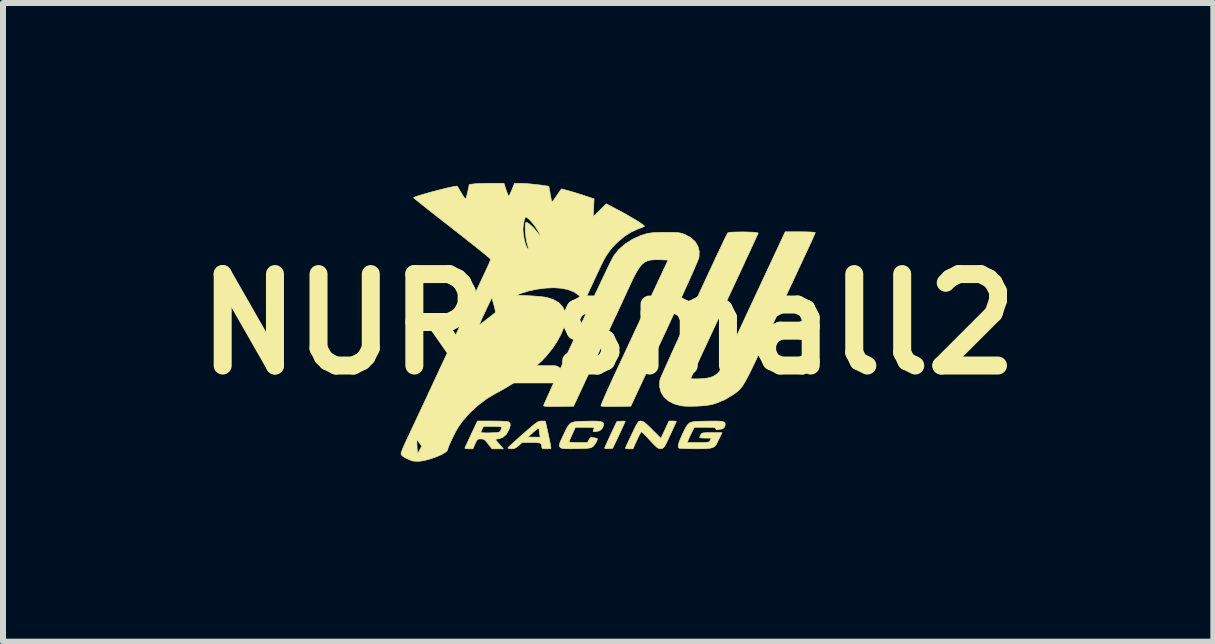
<source format=kicad_pcb>
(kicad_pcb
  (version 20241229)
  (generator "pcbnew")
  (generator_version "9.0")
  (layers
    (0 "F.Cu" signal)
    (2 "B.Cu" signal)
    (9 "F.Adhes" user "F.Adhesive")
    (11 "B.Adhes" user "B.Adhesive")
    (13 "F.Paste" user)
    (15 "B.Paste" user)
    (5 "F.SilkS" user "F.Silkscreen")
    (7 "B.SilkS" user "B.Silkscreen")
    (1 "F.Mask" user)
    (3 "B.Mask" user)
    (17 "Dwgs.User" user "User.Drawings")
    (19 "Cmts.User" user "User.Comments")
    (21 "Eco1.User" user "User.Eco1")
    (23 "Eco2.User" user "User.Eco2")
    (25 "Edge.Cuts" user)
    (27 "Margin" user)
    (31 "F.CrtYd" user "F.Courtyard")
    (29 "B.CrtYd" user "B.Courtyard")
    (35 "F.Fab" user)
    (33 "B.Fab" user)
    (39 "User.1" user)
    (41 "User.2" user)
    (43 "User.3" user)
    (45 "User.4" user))
  (footprint "NUR_small2"
    (layer "F.Cu")
    (at 7.083 2.351)
    (property "Reference" "NUR_small2" (at 0 0 0) (layer "F.SilkS") (effects (font (size 1.524 1.524) (thickness 0.3))))
    (attr through_hole)
    (fp_poly (pts (xy 0.28 1.617) (xy 0.284 1.619) (xy 0.278 1.634) (xy 0.261 1.672) (xy 0.236 1.727) (xy 0.204 1.796) (xy 0.18 1.848) (xy 0.075 2.069) (xy 0.008 2.074) (xy -0.032 2.074) (xy -0.056 2.07) (xy -0.059 2.066) (xy -0.053 2.049) (xy -0.036 2.01) (xy -0.01 1.954) (xy 0.021 1.885) (xy 0.043 1.838) (xy 0.145 1.621) (xy 0.214 1.617) (xy 0.255 1.615) (xy 0.28 1.617)) (stroke (width 0.01) (type solid)) (fill yes) (layer "F.SilkS"))
    (fp_poly (pts (xy 1.113 1.615) (xy 1.134 1.619) (xy 1.136 1.62) (xy 1.13 1.635) (xy 1.113 1.673) (xy 1.088 1.728) (xy 1.056 1.796) (xy 1.032 1.848) (xy 0.994 1.93) (xy 0.965 1.989) (xy 0.943 2.029) (xy 0.926 2.053) (xy 0.911 2.066) (xy 0.895 2.072) (xy 0.879 2.074) (xy 0.857 2.074) (xy 0.836 2.068) (xy 0.812 2.052) (xy 0.78 2.023) (xy 0.736 1.977) (xy 0.697 1.936) (xy 0.647 1.882) (xy 0.604 1.838) (xy 0.572 1.807) (xy 0.555 1.793) (xy 0.554 1.793) (xy 0.543 1.806) (xy 0.523 1.84) (xy 0.498 1.891) (xy 0.477 1.935) (xy 0.413 2.077) (xy 0.347 2.077) (xy 0.309 2.074) (xy 0.288 2.068) (xy 0.286 2.064) (xy 0.294 2.047) (xy 0.312 2.007) (xy 0.339 1.95) (xy 0.372 1.881) (xy 0.395 1.832) (xy 0.433 1.751) (xy 0.462 1.693) (xy 0.484 1.654) (xy 0.501 1.63) (xy 0.515 1.618) (xy 0.531 1.614) (xy 0.544 1.614) (xy 0.566 1.617) (xy 0.592 1.629) (xy 0.625 1.654) (xy 0.669 1.694) (xy 0.729 1.752) (xy 0.734 1.758) (xy 0.879 1.902) (xy 1.014 1.614) (xy 1.075 1.614) (xy 1.113 1.615)) (stroke (width 0.01) (type solid)) (fill yes) (layer "F.SilkS"))
    (fp_poly (pts (xy -1.071 1.615) (xy -1.048 1.616) (xy -1.046 1.617) (xy -1.043 1.632) (xy -1.034 1.672) (xy -1.021 1.73) (xy -1.005 1.801) (xy -0.996 1.842) (xy -0.98 1.919) (xy -0.966 1.985) (xy -0.957 2.036) (xy -0.954 2.065) (xy -0.954 2.07) (xy -0.972 2.074) (xy -1.009 2.076) (xy -1.033 2.077) (xy -1.077 2.075) (xy -1.099 2.068) (xy -1.106 2.052) (xy -1.106 2.048) (xy -1.107 2.016) (xy -1.116 1.994) (xy -1.137 1.981) (xy -1.174 1.975) (xy -1.233 1.972) (xy -1.279 1.972) (xy -1.434 1.972) (xy -1.492 2.025) (xy -1.535 2.058) (xy -1.574 2.074) (xy -1.613 2.077) (xy -1.65 2.074) (xy -1.67 2.066) (xy -1.671 2.062) (xy -1.659 2.048) (xy -1.627 2.018) (xy -1.58 1.974) (xy -1.52 1.92) (xy -1.476 1.881) (xy -1.337 1.881) (xy -1.132 1.883) (xy -1.141 1.836) (xy -1.148 1.793) (xy -1.15 1.761) (xy -1.153 1.741) (xy -1.163 1.736) (xy -1.185 1.748) (xy -1.222 1.778) (xy -1.255 1.807) (xy -1.337 1.881) (xy -1.476 1.881) (xy -1.45 1.858) (xy -1.419 1.831) (xy -1.338 1.76) (xy -1.276 1.707) (xy -1.229 1.668) (xy -1.194 1.642) (xy -1.167 1.626) (xy -1.145 1.618) (xy -1.124 1.615) (xy -1.109 1.614) (xy -1.071 1.615)) (stroke (width 0.01) (type solid)) (fill yes) (layer "F.SilkS"))
    (fp_poly (pts (xy -1.842 1.615) (xy -1.765 1.617) (xy -1.704 1.621) (xy -1.666 1.626) (xy -1.657 1.629) (xy -1.635 1.651) (xy -1.631 1.684) (xy -1.644 1.735) (xy -1.657 1.766) (xy -1.7 1.839) (xy -1.754 1.886) (xy -1.821 1.909) (xy -1.883 1.92) (xy -1.746 2.077) (xy -1.935 2.077) (xy -1.999 1.995) (xy -2.035 1.951) (xy -2.062 1.926) (xy -2.087 1.915) (xy -2.12 1.912) (xy -2.123 1.912) (xy -2.156 1.914) (xy -2.178 1.923) (xy -2.195 1.946) (xy -2.216 1.989) (xy -2.218 1.995) (xy -2.254 2.077) (xy -2.324 2.077) (xy -2.363 2.074) (xy -2.386 2.068) (xy -2.388 2.064) (xy -2.38 2.046) (xy -2.362 2.007) (xy -2.335 1.95) (xy -2.303 1.88) (xy -2.28 1.832) (xy -2.267 1.803) (xy -2.122 1.803) (xy -2.108 1.808) (xy -2.07 1.811) (xy -2.015 1.812) (xy -1.965 1.811) (xy -1.895 1.808) (xy -1.848 1.805) (xy -1.82 1.8) (xy -1.803 1.79) (xy -1.792 1.775) (xy -1.786 1.764) (xy -1.774 1.732) (xy -1.773 1.713) (xy -1.774 1.713) (xy -1.792 1.709) (xy -1.833 1.706) (xy -1.89 1.704) (xy -1.93 1.703) (xy -2.076 1.703) (xy -2.099 1.747) (xy -2.115 1.781) (xy -2.122 1.803) (xy -2.122 1.803) (xy -2.267 1.803) (xy -2.177 1.614) (xy -1.932 1.614) (xy -1.842 1.615)) (stroke (width 0.01) (type solid)) (fill yes) (layer "F.SilkS"))
    (fp_poly (pts (xy -0.182 1.617) (xy -0.129 1.623) (xy -0.096 1.633) (xy -0.08 1.649) (xy -0.076 1.671) (xy -0.079 1.69) (xy -0.103 1.744) (xy -0.143 1.776) (xy -0.191 1.788) (xy -0.233 1.792) (xy -0.251 1.786) (xy -0.248 1.766) (xy -0.239 1.747) (xy -0.233 1.734) (xy -0.237 1.726) (xy -0.254 1.721) (xy -0.289 1.719) (xy -0.348 1.718) (xy -0.384 1.718) (xy -0.545 1.718) (xy -0.598 1.833) (xy -0.622 1.887) (xy -0.642 1.93) (xy -0.653 1.956) (xy -0.655 1.96) (xy -0.643 1.965) (xy -0.607 1.969) (xy -0.554 1.972) (xy -0.502 1.972) (xy -0.344 1.972) (xy -0.321 1.927) (xy -0.302 1.897) (xy -0.281 1.887) (xy -0.244 1.891) (xy -0.242 1.891) (xy -0.205 1.899) (xy -0.183 1.906) (xy -0.181 1.907) (xy -0.181 1.924) (xy -0.194 1.956) (xy -0.216 1.993) (xy -0.241 2.026) (xy -0.249 2.034) (xy -0.264 2.047) (xy -0.282 2.057) (xy -0.306 2.063) (xy -0.342 2.068) (xy -0.395 2.071) (xy -0.47 2.073) (xy -0.53 2.074) (xy -0.622 2.076) (xy -0.689 2.075) (xy -0.736 2.074) (xy -0.766 2.069) (xy -0.786 2.063) (xy -0.798 2.054) (xy -0.809 2.04) (xy -0.815 2.025) (xy -0.813 2.003) (xy -0.801 1.97) (xy -0.78 1.921) (xy -0.747 1.85) (xy -0.739 1.833) (xy -0.703 1.759) (xy -0.674 1.705) (xy -0.644 1.667) (xy -0.609 1.642) (xy -0.563 1.628) (xy -0.502 1.621) (xy -0.419 1.618) (xy -0.361 1.617) (xy -0.259 1.615) (xy -0.182 1.617)) (stroke (width 0.01) (type solid)) (fill yes) (layer "F.SilkS"))
    (fp_poly (pts (xy 1.809 1.615) (xy 1.866 1.617) (xy 1.904 1.622) (xy 1.929 1.63) (xy 1.942 1.641) (xy 1.948 1.651) (xy 1.949 1.686) (xy 1.933 1.722) (xy 1.906 1.745) (xy 1.891 1.748) (xy 1.851 1.752) (xy 1.827 1.758) (xy 1.8 1.759) (xy 1.793 1.742) (xy 1.789 1.732) (xy 1.776 1.725) (xy 1.747 1.721) (xy 1.698 1.719) (xy 1.625 1.718) (xy 1.614 1.718) (xy 1.435 1.718) (xy 1.399 1.789) (xy 1.373 1.843) (xy 1.348 1.897) (xy 1.34 1.916) (xy 1.316 1.972) (xy 1.5 1.972) (xy 1.577 1.972) (xy 1.629 1.971) (xy 1.662 1.967) (xy 1.681 1.961) (xy 1.693 1.95) (xy 1.701 1.935) (xy 1.718 1.898) (xy 1.621 1.898) (xy 1.571 1.897) (xy 1.537 1.894) (xy 1.524 1.891) (xy 1.53 1.874) (xy 1.541 1.846) (xy 1.55 1.83) (xy 1.561 1.819) (xy 1.582 1.812) (xy 1.616 1.809) (xy 1.671 1.808) (xy 1.728 1.808) (xy 1.898 1.808) (xy 1.87 1.864) (xy 1.844 1.917) (xy 1.818 1.972) (xy 1.815 1.977) (xy 1.797 2.01) (xy 1.776 2.036) (xy 1.747 2.054) (xy 1.706 2.065) (xy 1.649 2.072) (xy 1.572 2.075) (xy 1.469 2.076) (xy 1.454 2.076) (xy 1.369 2.075) (xy 1.295 2.073) (xy 1.235 2.071) (xy 1.196 2.069) (xy 1.184 2.067) (xy 1.169 2.05) (xy 1.168 2.016) (xy 1.183 1.963) (xy 1.213 1.888) (xy 1.238 1.833) (xy 1.272 1.761) (xy 1.301 1.707) (xy 1.329 1.669) (xy 1.361 1.644) (xy 1.403 1.629) (xy 1.459 1.621) (xy 1.535 1.618) (xy 1.625 1.616) (xy 1.73 1.615) (xy 1.809 1.615)) (stroke (width 0.01) (type solid)) (fill yes) (layer "F.SilkS"))
    (fp_poly (pts (xy 1.048 -1.53) (xy 1.115 -1.528) (xy 1.166 -1.524) (xy 1.206 -1.518) (xy 1.242 -1.508) (xy 1.276 -1.495) (xy 1.373 -1.444) (xy 1.447 -1.378) (xy 1.495 -1.299) (xy 1.518 -1.21) (xy 1.513 -1.113) (xy 1.512 -1.109) (xy 1.503 -1.082) (xy 1.481 -1.029) (xy 1.448 -0.952) (xy 1.405 -0.852) (xy 1.351 -0.732) (xy 1.288 -0.593) (xy 1.216 -0.435) (xy 1.136 -0.262) (xy 1.049 -0.074) (xy 0.956 0.128) (xy 0.936 0.17) (xy 0.377 1.367) (xy 0.134 1.371) (xy 0.051 1.372) (xy -0.021 1.371) (xy -0.077 1.369) (xy -0.112 1.366) (xy -0.121 1.364) (xy -0.117 1.348) (xy -0.102 1.309) (xy -0.076 1.247) (xy -0.042 1.168) (xy 0.001 1.072) (xy 0.05 0.964) (xy 0.105 0.845) (xy 0.144 0.762) (xy 0.207 0.626) (xy 0.272 0.489) (xy 0.334 0.354) (xy 0.394 0.227) (xy 0.447 0.112) (xy 0.493 0.013) (xy 0.529 -0.064) (xy 0.538 -0.082) (xy 0.578 -0.17) (xy 0.628 -0.277) (xy 0.684 -0.396) (xy 0.741 -0.519) (xy 0.797 -0.639) (xy 0.827 -0.702) (xy 0.998 -1.068) (xy 0.869 -1.073) (xy 0.786 -1.074) (xy 0.716 -1.069) (xy 0.657 -1.056) (xy 0.606 -1.031) (xy 0.56 -0.993) (xy 0.516 -0.938) (xy 0.47 -0.864) (xy 0.42 -0.769) (xy 0.363 -0.648) (xy 0.347 -0.613) (xy 0.299 -0.51) (xy 0.251 -0.405) (xy 0.204 -0.304) (xy 0.163 -0.215) (xy 0.13 -0.145) (xy 0.121 -0.127) (xy 0.099 -0.08) (xy 0.066 -0.009) (xy 0.024 0.082) (xy -0.026 0.189) (xy -0.083 0.31) (xy -0.143 0.44) (xy -0.207 0.576) (xy -0.266 0.702) (xy -0.576 1.367) (xy -0.826 1.371) (xy -0.924 1.372) (xy -0.996 1.371) (xy -1.043 1.369) (xy -1.069 1.364) (xy -1.076 1.358) (xy -1.07 1.341) (xy -1.052 1.299) (xy -1.025 1.238) (xy -0.989 1.158) (xy -0.946 1.063) (xy -0.897 0.957) (xy -0.844 0.843) (xy -0.838 0.831) (xy -0.711 0.556) (xy -0.595 0.308) (xy -0.49 0.085) (xy -0.397 -0.116) (xy -0.313 -0.294) (xy -0.24 -0.451) (xy -0.175 -0.588) (xy -0.119 -0.707) (xy -0.07 -0.809) (xy -0.029 -0.895) (xy 0.005 -0.966) (xy 0.033 -1.024) (xy 0.056 -1.069) (xy 0.074 -1.103) (xy 0.087 -1.128) (xy 0.096 -1.142) (xy 0.176 -1.243) (xy 0.28 -1.334) (xy 0.403 -1.413) (xy 0.539 -1.475) (xy 0.628 -1.504) (xy 0.68 -1.515) (xy 0.74 -1.523) (xy 0.814 -1.528) (xy 0.909 -1.53) (xy 0.956 -1.53) (xy 1.048 -1.53)) (stroke (width 0.01) (type solid)) (fill yes) (layer "F.SilkS"))
    (fp_poly (pts (xy 3.283 -1.538) (xy 3.355 -1.536) (xy 3.41 -1.533) (xy 3.443 -1.529) (xy 3.451 -1.526) (xy 3.445 -1.51) (xy 3.428 -1.47) (xy 3.402 -1.412) (xy 3.369 -1.339) (xy 3.33 -1.255) (xy 3.316 -1.224) (xy 3.28 -1.149) (xy 3.235 -1.051) (xy 3.18 -0.935) (xy 3.12 -0.805) (xy 3.055 -0.665) (xy 2.987 -0.521) (xy 2.919 -0.375) (xy 2.873 -0.276) (xy 2.771 -0.058) (xy 2.681 0.136) (xy 2.601 0.306) (xy 2.532 0.454) (xy 2.471 0.581) (xy 2.419 0.69) (xy 2.374 0.783) (xy 2.335 0.86) (xy 2.301 0.924) (xy 2.271 0.976) (xy 2.246 1.018) (xy 2.222 1.051) (xy 2.2 1.078) (xy 2.179 1.101) (xy 2.158 1.12) (xy 2.135 1.137) (xy 2.111 1.155) (xy 2.086 1.172) (xy 1.94 1.26) (xy 1.784 1.323) (xy 1.733 1.337) (xy 1.665 1.35) (xy 1.577 1.36) (xy 1.478 1.366) (xy 1.379 1.368) (xy 1.289 1.367) (xy 1.218 1.36) (xy 1.21 1.359) (xy 1.097 1.328) (xy 1.003 1.278) (xy 0.93 1.213) (xy 0.881 1.135) (xy 0.857 1.045) (xy 0.86 0.947) (xy 0.865 0.922) (xy 0.873 0.901) (xy 0.892 0.854) (xy 0.923 0.786) (xy 0.962 0.697) (xy 1.01 0.592) (xy 1.064 0.471) (xy 1.125 0.338) (xy 1.19 0.195) (xy 1.259 0.044) (xy 1.331 -0.112) (xy 1.404 -0.271) (xy 1.478 -0.431) (xy 1.551 -0.588) (xy 1.622 -0.741) (xy 1.69 -0.887) (xy 1.754 -1.024) (xy 1.812 -1.149) (xy 1.865 -1.26) (xy 1.91 -1.355) (xy 1.946 -1.431) (xy 1.973 -1.485) (xy 1.989 -1.515) (xy 1.992 -1.521) (xy 2.011 -1.527) (xy 2.052 -1.532) (xy 2.11 -1.535) (xy 2.179 -1.536) (xy 2.254 -1.537) (xy 2.327 -1.535) (xy 2.395 -1.533) (xy 2.45 -1.529) (xy 2.487 -1.523) (xy 2.5 -1.517) (xy 2.5 -1.517) (xy 2.493 -1.501) (xy 2.474 -1.46) (xy 2.445 -1.397) (xy 2.406 -1.312) (xy 2.358 -1.208) (xy 2.301 -1.086) (xy 2.238 -0.949) (xy 2.168 -0.799) (xy 2.093 -0.638) (xy 2.013 -0.467) (xy 1.936 -0.301) (xy 1.852 -0.123) (xy 1.773 0.047) (xy 1.698 0.207) (xy 1.629 0.356) (xy 1.566 0.49) (xy 1.511 0.61) (xy 1.464 0.712) (xy 1.425 0.794) (xy 1.397 0.855) (xy 1.38 0.893) (xy 1.375 0.905) (xy 1.388 0.91) (xy 1.424 0.912) (xy 1.476 0.912) (xy 1.535 0.91) (xy 1.594 0.905) (xy 1.648 0.899) (xy 1.687 0.892) (xy 1.692 0.891) (xy 1.756 0.867) (xy 1.805 0.837) (xy 1.847 0.794) (xy 1.886 0.733) (xy 1.919 0.667) (xy 1.931 0.641) (xy 1.943 0.616) (xy 1.956 0.589) (xy 1.97 0.558) (xy 1.987 0.523) (xy 2.007 0.481) (xy 2.031 0.43) (xy 2.059 0.369) (xy 2.094 0.295) (xy 2.135 0.208) (xy 2.183 0.104) (xy 2.24 -0.017) (xy 2.305 -0.158) (xy 2.381 -0.32) (xy 2.467 -0.505) (xy 2.565 -0.715) (xy 2.585 -0.758) (xy 2.95 -1.539) (xy 3.201 -1.539) (xy 3.283 -1.538)) (stroke (width 0.01) (type solid)) (fill yes) (layer "F.SilkS"))
    (fp_poly (pts (xy -1.703 -2.245) (xy -1.685 -2.193) (xy -1.67 -2.154) (xy -1.66 -2.134) (xy -1.66 -2.133) (xy -1.65 -2.141) (xy -1.634 -2.171) (xy -1.613 -2.217) (xy -1.606 -2.234) (xy -1.561 -2.346) (xy -1.446 -2.346) (xy -1.399 -2.344) (xy -1.336 -2.34) (xy -1.264 -2.333) (xy -1.19 -2.325) (xy -1.119 -2.317) (xy -1.058 -2.308) (xy -1.013 -2.301) (xy -0.99 -2.295) (xy -0.989 -2.294) (xy -0.985 -2.278) (xy -0.977 -2.24) (xy -0.968 -2.186) (xy -0.965 -2.168) (xy -0.955 -2.111) (xy -0.946 -2.066) (xy -0.939 -2.041) (xy -0.938 -2.039) (xy -0.927 -2.046) (xy -0.905 -2.072) (xy -0.889 -2.095) (xy -0.856 -2.144) (xy -0.823 -2.192) (xy -0.812 -2.207) (xy -0.777 -2.254) (xy -0.669 -2.225) (xy -0.607 -2.207) (xy -0.529 -2.184) (xy -0.447 -2.158) (xy -0.398 -2.142) (xy -0.235 -2.088) (xy -0.242 -1.939) (xy -0.25 -1.791) (xy -0.141 -1.898) (xy -0.033 -2.006) (xy 0.152 -1.909) (xy 0.238 -1.863) (xy 0.324 -1.815) (xy 0.405 -1.768) (xy 0.477 -1.725) (xy 0.536 -1.687) (xy 0.579 -1.657) (xy 0.602 -1.637) (xy 0.605 -1.631) (xy 0.587 -1.621) (xy 0.55 -1.606) (xy 0.507 -1.59) (xy 0.384 -1.535) (xy 0.268 -1.461) (xy 0.154 -1.364) (xy 0.134 -1.345) (xy 0.073 -1.282) (xy 0.022 -1.219) (xy -0.025 -1.151) (xy -0.072 -1.071) (xy -0.121 -0.972) (xy -0.153 -0.904) (xy -0.187 -0.831) (xy -0.229 -0.742) (xy -0.272 -0.648) (xy -0.313 -0.562) (xy -0.313 -0.561) (xy -0.405 -0.368) (xy -0.432 -0.412) (xy -0.491 -0.483) (xy -0.569 -0.537) (xy -0.67 -0.576) (xy -0.779 -0.598) (xy -0.901 -0.607) (xy -1.039 -0.601) (xy -1.182 -0.583) (xy -1.322 -0.554) (xy -1.448 -0.514) (xy -1.455 -0.512) (xy -1.528 -0.483) (xy -1.313 -0.473) (xy -1.228 -0.468) (xy -1.145 -0.461) (xy -1.073 -0.453) (xy -1.021 -0.445) (xy -1.014 -0.443) (xy -0.904 -0.406) (xy -0.817 -0.352) (xy -0.754 -0.282) (xy -0.716 -0.199) (xy -0.705 -0.137) (xy -0.711 -0.047) (xy -0.739 0.056) (xy -0.786 0.169) (xy -0.85 0.287) (xy -0.929 0.405) (xy -1.021 0.521) (xy -1.103 0.608) (xy -1.241 0.734) (xy -1.401 0.86) (xy -1.575 0.98) (xy -1.754 1.089) (xy -1.877 1.155) (xy -2.023 1.242) (xy -2.168 1.351) (xy -2.304 1.476) (xy -2.423 1.611) (xy -2.491 1.706) (xy -2.522 1.757) (xy -2.556 1.819) (xy -2.59 1.888) (xy -2.622 1.955) (xy -2.649 2.016) (xy -2.668 2.064) (xy -2.674 2.092) (xy -2.674 2.092) (xy -2.688 2.116) (xy -2.726 2.144) (xy -2.781 2.174) (xy -2.85 2.205) (xy -2.926 2.233) (xy -3.004 2.257) (xy -3.079 2.275) (xy -3.145 2.284) (xy -3.171 2.285) (xy -3.22 2.283) (xy -3.259 2.279) (xy -3.272 2.276) (xy -3.297 2.265) (xy -3.339 2.246) (xy -3.373 2.23) (xy -3.421 2.203) (xy -3.445 2.18) (xy -3.451 2.158) (xy -3.445 2.133) (xy -3.428 2.087) (xy -3.403 2.026) (xy -3.372 1.959) (xy -3.37 1.955) (xy -3.364 1.941) (xy -3.188 1.941) (xy -3.187 1.977) (xy -3.185 2.029) (xy -3.185 2.039) (xy -3.182 2.093) (xy -3.178 2.133) (xy -3.175 2.151) (xy -3.174 2.152) (xy -3.164 2.14) (xy -3.147 2.109) (xy -3.137 2.091) (xy -3.106 2.03) (xy -3.145 1.979) (xy -3.169 1.947) (xy -3.185 1.929) (xy -3.187 1.927) (xy -3.188 1.941) (xy -3.364 1.941) (xy -3.346 1.904) (xy -3.311 1.829) (xy -3.267 1.735) (xy -3.216 1.627) (xy -3.16 1.507) (xy -3.101 1.381) (xy -3.041 1.253) (xy -3.028 1.225) (xy -2.971 1.101) (xy -2.904 0.958) (xy -2.83 0.799) (xy -2.75 0.628) (xy -2.666 0.449) (xy -2.58 0.265) (xy -2.494 0.081) (xy -2.459 0.005) (xy -2.141 0.005) (xy -2.136 0.007) (xy -2.133 0.004) (xy -2.113 -0.011) (xy -2.077 -0.039) (xy -2.029 -0.076) (xy -2.002 -0.097) (xy -1.952 -0.136) (xy -1.912 -0.167) (xy -1.886 -0.188) (xy -1.88 -0.193) (xy -1.879 -0.21) (xy -1.886 -0.249) (xy -1.899 -0.302) (xy -1.904 -0.321) (xy -1.939 -0.441) (xy -2.022 -0.267) (xy -2.068 -0.169) (xy -2.102 -0.096) (xy -2.125 -0.044) (xy -2.138 -0.011) (xy -2.141 0.005) (xy -2.459 0.005) (xy -2.409 -0.101) (xy -2.327 -0.277) (xy -2.25 -0.442) (xy -2.179 -0.594) (xy -2.116 -0.728) (xy -2.063 -0.841) (xy -2.034 -0.902) (xy -2.004 -0.967) (xy -1.98 -1.022) (xy -1.964 -1.062) (xy -1.958 -1.082) (xy -1.97 -1.094) (xy -2.003 -1.122) (xy -2.055 -1.166) (xy -2.125 -1.222) (xy -2.209 -1.29) (xy -2.307 -1.367) (xy -2.415 -1.453) (xy -2.532 -1.544) (xy -2.57 -1.573) (xy -1.419 -1.573) (xy -1.415 -1.517) (xy -1.405 -1.448) (xy -1.39 -1.379) (xy -1.373 -1.319) (xy -1.359 -1.284) (xy -1.341 -1.257) (xy -1.332 -1.256) (xy -1.332 -1.277) (xy -1.342 -1.317) (xy -1.349 -1.341) (xy -1.361 -1.388) (xy -1.371 -1.449) (xy -1.378 -1.516) (xy -1.382 -1.582) (xy -1.382 -1.64) (xy -1.378 -1.681) (xy -1.372 -1.696) (xy -1.353 -1.695) (xy -1.321 -1.675) (xy -1.28 -1.64) (xy -1.235 -1.595) (xy -1.191 -1.543) (xy -1.183 -1.531) (xy -1.149 -1.489) (xy -1.131 -1.471) (xy -1.129 -1.477) (xy -1.142 -1.506) (xy -1.171 -1.557) (xy -1.185 -1.581) (xy -1.217 -1.629) (xy -1.255 -1.678) (xy -1.295 -1.724) (xy -1.332 -1.76) (xy -1.36 -1.782) (xy -1.374 -1.786) (xy -1.387 -1.765) (xy -1.4 -1.723) (xy -1.41 -1.669) (xy -1.418 -1.612) (xy -1.419 -1.573) (xy -2.57 -1.573) (xy -2.6 -1.598) (xy -2.721 -1.692) (xy -2.834 -1.78) (xy -2.938 -1.862) (xy -3.03 -1.934) (xy -3.108 -1.997) (xy -3.171 -2.047) (xy -3.215 -2.083) (xy -3.239 -2.103) (xy -3.242 -2.107) (xy -3.228 -2.116) (xy -3.19 -2.13) (xy -3.133 -2.148) (xy -3.06 -2.17) (xy -2.977 -2.193) (xy -2.889 -2.217) (xy -2.8 -2.24) (xy -2.716 -2.261) (xy -2.64 -2.279) (xy -2.577 -2.292) (xy -2.533 -2.3) (xy -2.519 -2.301) (xy -2.509 -2.289) (xy -2.488 -2.257) (xy -2.461 -2.21) (xy -2.448 -2.189) (xy -2.419 -2.14) (xy -2.394 -2.105) (xy -2.378 -2.088) (xy -2.374 -2.088) (xy -2.366 -2.107) (xy -2.354 -2.147) (xy -2.341 -2.201) (xy -2.339 -2.213) (xy -2.314 -2.327) (xy -2.245 -2.336) (xy -2.206 -2.34) (xy -2.144 -2.343) (xy -2.067 -2.345) (xy -1.983 -2.346) (xy -1.956 -2.346) (xy -1.736 -2.346) (xy -1.703 -2.245)) (stroke (width 0.01) (type solid)) (fill yes) (layer "F.SilkS")))
  (gr_rect
    (start -3 -3)
    (end 17.166 7.641)
    (stroke (width 0.1) (type default))
    (fill no)
    (layer "Edge.Cuts")))
</source>
